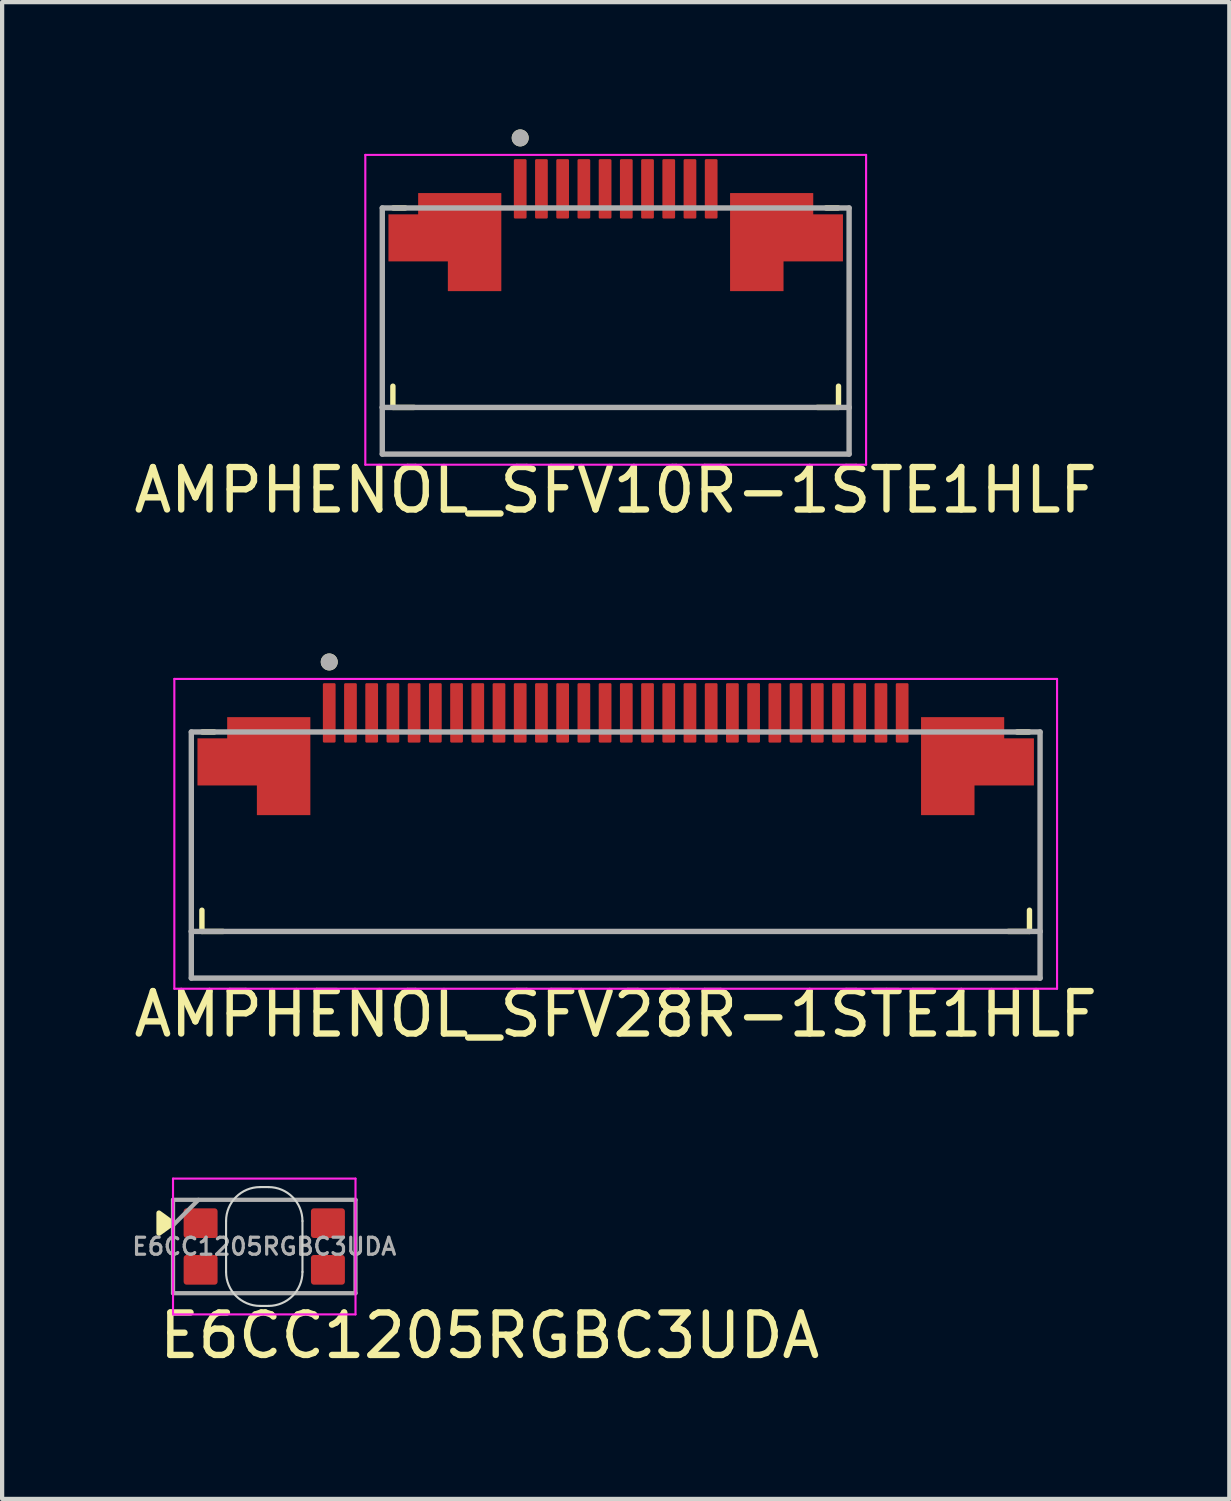
<source format=kicad_pcb>
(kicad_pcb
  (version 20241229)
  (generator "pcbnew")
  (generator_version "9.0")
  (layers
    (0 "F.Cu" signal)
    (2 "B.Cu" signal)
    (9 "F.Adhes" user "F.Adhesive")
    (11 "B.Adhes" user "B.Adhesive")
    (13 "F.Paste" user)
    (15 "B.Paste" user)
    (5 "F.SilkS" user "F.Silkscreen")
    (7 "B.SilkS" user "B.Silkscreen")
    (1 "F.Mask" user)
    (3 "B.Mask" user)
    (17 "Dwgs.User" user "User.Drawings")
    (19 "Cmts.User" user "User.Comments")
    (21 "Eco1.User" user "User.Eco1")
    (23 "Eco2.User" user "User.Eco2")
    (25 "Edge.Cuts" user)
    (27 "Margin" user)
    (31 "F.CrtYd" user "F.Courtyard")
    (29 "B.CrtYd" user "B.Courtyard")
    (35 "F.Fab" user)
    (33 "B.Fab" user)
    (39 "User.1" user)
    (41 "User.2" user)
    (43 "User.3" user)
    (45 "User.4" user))
  (footprint "AMPHENOL_SFV10R-1STE1HLF"
    (layer "F.Cu")
    (at 11.458 4.2)
    (property "Reference" "AMPHENOL_SFV10R-1STE1HLF" (at 0 4.3 0) (layer "F.SilkS") (effects (font (size 1 1) (thickness 0.15))))
    (attr smd)
    (fp_line (start -5.25 1.85) (end -5.25 2.35) (stroke (width 0.127) (type solid)) (layer "F.SilkS"))
    (fp_line (start -5.25 2.35) (end -4.75 2.35) (stroke (width 0.127) (type solid)) (layer "F.SilkS"))
    (fp_line (start -4.96 -2.35) (end -5.24 -2.35) (stroke (width 0.127) (type solid)) (layer "F.SilkS"))
    (fp_line (start 5.24 -2.35) (end 4.96 -2.35) (stroke (width 0.127) (type solid)) (layer "F.SilkS"))
    (fp_line (start 5.25 2.35) (end 4.75 2.35) (stroke (width 0.127) (type solid)) (layer "F.SilkS"))
    (fp_line (start 5.25 2.35) (end 5.25 1.85) (stroke (width 0.127) (type solid)) (layer "F.SilkS"))
    (fp_circle (center -2.25 -4) (end -2.15 -4) (stroke (width 0.2) (type solid)) (fill no) (layer "F.SilkS"))
    (fp_line (start -5.9 -3.6) (end -5.9 3.7) (stroke (width 0.05) (type solid)) (layer "F.CrtYd"))
    (fp_line (start -5.9 3.7) (end 5.9 3.7) (stroke (width 0.05) (type solid)) (layer "F.CrtYd"))
    (fp_line (start 5.9 -3.6) (end -5.9 -3.6) (stroke (width 0.05) (type solid)) (layer "F.CrtYd"))
    (fp_line (start 5.9 3.7) (end 5.9 -3.6) (stroke (width 0.05) (type solid)) (layer "F.CrtYd"))
    (fp_line (start -5.5 -2.35) (end -5.5 2.35) (stroke (width 0.127) (type solid)) (layer "F.Fab"))
    (fp_line (start -5.5 2.35) (end -5.5 3.45) (stroke (width 0.127) (type solid)) (layer "F.Fab"))
    (fp_line (start -5.5 2.35) (end 5.5 2.35) (stroke (width 0.127) (type solid)) (layer "F.Fab"))
    (fp_line (start -5.5 3.45) (end 5.5 3.45) (stroke (width 0.127) (type solid)) (layer "F.Fab"))
    (fp_line (start 5.5 -2.35) (end -5.5 -2.35) (stroke (width 0.127) (type solid)) (layer "F.Fab"))
    (fp_line (start 5.5 2.35) (end 5.5 -2.35) (stroke (width 0.127) (type solid)) (layer "F.Fab"))
    (fp_line (start 5.5 3.45) (end 5.5 2.35) (stroke (width 0.127) (type solid)) (layer "F.Fab"))
    (fp_circle (center -2.25 -4) (end -2.15 -4) (stroke (width 0.2) (type solid)) (fill no) (layer "F.Fab"))
    (pad "1" smd roundrect (at -2.25 -2.8) (size 0.3 1.4) (layers "F.Cu" "F.Mask" "F.Paste") (roundrect_rratio 0.1))
    (pad "2" smd roundrect (at -1.75 -2.8) (size 0.3 1.4) (layers "F.Cu" "F.Mask" "F.Paste") (roundrect_rratio 0.1))
    (pad "3" smd roundrect (at -1.25 -2.8) (size 0.3 1.4) (layers "F.Cu" "F.Mask" "F.Paste") (roundrect_rratio 0.1))
    (pad "4" smd roundrect (at -0.75 -2.8) (size 0.3 1.4) (layers "F.Cu" "F.Mask" "F.Paste") (roundrect_rratio 0.1))
    (pad "5" smd roundrect (at -0.25 -2.8) (size 0.3 1.4) (layers "F.Cu" "F.Mask" "F.Paste") (roundrect_rratio 0.1))
    (pad "6" smd roundrect (at 0.25 -2.8) (size 0.3 1.4) (layers "F.Cu" "F.Mask" "F.Paste") (roundrect_rratio 0.1))
    (pad "7" smd roundrect (at 0.75 -2.8) (size 0.3 1.4) (layers "F.Cu" "F.Mask" "F.Paste") (roundrect_rratio 0.1))
    (pad "8" smd roundrect (at 1.25 -2.8) (size 0.3 1.4) (layers "F.Cu" "F.Mask" "F.Paste") (roundrect_rratio 0.1))
    (pad "9" smd roundrect (at 1.75 -2.8) (size 0.3 1.4) (layers "F.Cu" "F.Mask" "F.Paste") (roundrect_rratio 0.1))
    (pad "10" smd roundrect (at 2.25 -2.8) (size 0.3 1.4) (layers "F.Cu" "F.Mask" "F.Paste") (roundrect_rratio 0.1))
    (pad "MP" smd custom (at -3.75 -1.895) (size 0.5 0.5) (layers "F.Cu" "F.Mask" "F.Paste") (options (anchor rect)) (primitives (gr_poly (pts (xy -1.6 -0.3) (xy -0.9 -0.3) (xy -0.9 -0.8) (xy 1.05 -0.8) (xy 1.05 1.5) (xy -0.2 1.5) (xy -0.2 0.8) (xy -1.6 0.8)) (width 0.01) (fill yes))))
    (pad "MP" smd custom (at 3.75 -1.895) (size 0.5 0.5) (layers "F.Cu" "F.Mask" "F.Paste") (options (anchor rect)) (primitives (gr_poly (pts (xy 1.6 -0.3) (xy 0.9 -0.3) (xy 0.9 -0.8) (xy -1.05 -0.8) (xy -1.05 1.5) (xy 0.2 1.5) (xy 0.2 0.8) (xy 1.6 0.8)) (width 0.01) (fill yes)))))
  (footprint "E6CC1205RGBC3UDA"
    (layer "F.Cu")
    (at 3.177 26.322)
    (property "Reference" "E6CC1205RGBC3UDA" (at -2.55 2.1 0) (layer "F.SilkS") (effects (font (size 1 1) (thickness 0.15)) (justify left)))
    (attr smd)
    (fp_poly (pts (xy -2.152 -0.55) (xy -2.482 -0.31) (xy -2.482 -0.79) (xy -2.152 -0.55)) (stroke (width 0.12) (type solid)) (fill yes) (layer "F.SilkS"))
    (fp_line (start -0.9 -0.6) (end -0.9 0.6) (stroke (width 0.05) (type default)) (layer "Edge.Cuts"))
    (fp_line (start 0.1 -1.4) (end -0.1 -1.4) (stroke (width 0.05) (type default)) (layer "Edge.Cuts"))
    (fp_line (start 0.1 1.4) (end -0.1 1.4) (stroke (width 0.05) (type default)) (layer "Edge.Cuts"))
    (fp_line (start 0.9 -0.6) (end 0.9 0.6) (stroke (width 0.05) (type default)) (layer "Edge.Cuts"))
    (fp_arc (start -0.9 -0.6) (mid -0.665685 -1.165685) (end -0.1 -1.4) (stroke (width 0.05) (type default)) (layer "Edge.Cuts"))
    (fp_arc (start -0.1 1.4) (mid -0.665685 1.165685) (end -0.9 0.6) (stroke (width 0.05) (type default)) (layer "Edge.Cuts"))
    (fp_arc (start 0.1 -1.4) (mid 0.665685 -1.165685) (end 0.9 -0.6) (stroke (width 0.05) (type default)) (layer "Edge.Cuts"))
    (fp_arc (start 0.9 0.6) (mid 0.665685 1.165685) (end 0.1 1.4) (stroke (width 0.05) (type default)) (layer "Edge.Cuts"))
    (fp_line (start -2.15 -1.6) (end 2.15 -1.6) (stroke (width 0.05) (type solid)) (layer "F.CrtYd"))
    (fp_line (start -2.15 1.6) (end -2.15 -1.6) (stroke (width 0.05) (type solid)) (layer "F.CrtYd"))
    (fp_line (start 2.15 -1.6) (end 2.15 1.6) (stroke (width 0.05) (type solid)) (layer "F.CrtYd"))
    (fp_line (start 2.15 1.6) (end -2.15 1.6) (stroke (width 0.05) (type solid)) (layer "F.CrtYd"))
    (fp_line (start -2.15 -1.1) (end 2.15 -1.1) (stroke (width 0.1) (type default)) (layer "F.Fab"))
    (fp_line (start -2.15 -0.5) (end -1.55 -1.1) (stroke (width 0.1) (type default)) (layer "F.Fab"))
    (fp_line (start -2.15 1.1) (end -2.15 -1.1) (stroke (width 0.1) (type default)) (layer "F.Fab"))
    (fp_line (start 2.15 -1.1) (end 2.15 1.1) (stroke (width 0.1) (type default)) (layer "F.Fab"))
    (fp_line (start 2.15 1.1) (end -2.15 1.1) (stroke (width 0.1) (type default)) (layer "F.Fab"))
    (fp_text user "${REFERENCE}" (at 0 0 0) (layer "F.Fab") (effects (font (size 0.4 0.4) (thickness 0.075) (bold yes))))
    (pad "1" smd roundrect (at 1.5 -0.55 270) (size 0.7 0.8) (layers "F.Cu" "F.Mask" "F.Paste") (roundrect_rratio 0.1))
    (pad "2" smd roundrect (at -1.5 -0.55 270) (size 0.7 0.8) (layers "F.Cu" "F.Mask" "F.Paste") (roundrect_rratio 0.1))
    (pad "3" smd roundrect (at 1.5 0.55 270) (size 0.7 0.8) (layers "F.Cu" "F.Mask" "F.Paste") (roundrect_rratio 0.1))
    (pad "4" smd roundrect (at -1.5 0.55 270) (size 0.7 0.8) (layers "F.Cu" "F.Mask" "F.Paste") (roundrect_rratio 0.1)))
  (footprint "AMPHENOL_SFV28R-1STE1HLF"
    (layer "F.Cu")
    (at 11.458 16.548)
    (property "Reference" "AMPHENOL_SFV28R-1STE1HLF" (at 0 4.3 0) (layer "F.SilkS") (effects (font (size 1 1) (thickness 0.15))))
    (attr smd)
    (fp_line (start -9.75 1.85) (end -9.75 2.35) (stroke (width 0.127) (type solid)) (layer "F.SilkS"))
    (fp_line (start -9.75 2.35) (end -9.25 2.35) (stroke (width 0.127) (type solid)) (layer "F.SilkS"))
    (fp_line (start -9.46 -2.35) (end -9.74 -2.35) (stroke (width 0.127) (type solid)) (layer "F.SilkS"))
    (fp_line (start 9.74 -2.35) (end 9.46 -2.35) (stroke (width 0.127) (type solid)) (layer "F.SilkS"))
    (fp_line (start 9.75 2.35) (end 9.25 2.35) (stroke (width 0.127) (type solid)) (layer "F.SilkS"))
    (fp_line (start 9.75 2.35) (end 9.75 1.85) (stroke (width 0.127) (type solid)) (layer "F.SilkS"))
    (fp_circle (center -6.75 -4) (end -6.65 -4) (stroke (width 0.2) (type solid)) (fill no) (layer "F.SilkS"))
    (fp_line (start -10.4 -3.6) (end -10.4 3.7) (stroke (width 0.05) (type solid)) (layer "F.CrtYd"))
    (fp_line (start -10.4 3.7) (end 10.4 3.7) (stroke (width 0.05) (type solid)) (layer "F.CrtYd"))
    (fp_line (start 10.4 -3.6) (end -10.4 -3.6) (stroke (width 0.05) (type solid)) (layer "F.CrtYd"))
    (fp_line (start 10.4 3.7) (end 10.4 -3.6) (stroke (width 0.05) (type solid)) (layer "F.CrtYd"))
    (fp_line (start -10 -2.35) (end -10 2.35) (stroke (width 0.127) (type solid)) (layer "F.Fab"))
    (fp_line (start -10 2.35) (end -10 3.45) (stroke (width 0.127) (type solid)) (layer "F.Fab"))
    (fp_line (start -10 2.35) (end 10 2.35) (stroke (width 0.127) (type solid)) (layer "F.Fab"))
    (fp_line (start -10 3.45) (end 10 3.45) (stroke (width 0.127) (type solid)) (layer "F.Fab"))
    (fp_line (start 10 -2.35) (end -10 -2.35) (stroke (width 0.127) (type solid)) (layer "F.Fab"))
    (fp_line (start 10 2.35) (end 10 -2.35) (stroke (width 0.127) (type solid)) (layer "F.Fab"))
    (fp_line (start 10 3.45) (end 10 2.35) (stroke (width 0.127) (type solid)) (layer "F.Fab"))
    (fp_circle (center -6.75 -4) (end -6.65 -4) (stroke (width 0.2) (type solid)) (fill no) (layer "F.Fab"))
    (pad "1" smd roundrect (at -6.75 -2.8) (size 0.3 1.4) (layers "F.Cu" "F.Mask" "F.Paste") (roundrect_rratio 0.1))
    (pad "2" smd roundrect (at -6.25 -2.8) (size 0.3 1.4) (layers "F.Cu" "F.Mask" "F.Paste") (roundrect_rratio 0.1))
    (pad "3" smd roundrect (at -5.75 -2.8) (size 0.3 1.4) (layers "F.Cu" "F.Mask" "F.Paste") (roundrect_rratio 0.1))
    (pad "4" smd roundrect (at -5.25 -2.8) (size 0.3 1.4) (layers "F.Cu" "F.Mask" "F.Paste") (roundrect_rratio 0.1))
    (pad "5" smd roundrect (at -4.75 -2.8) (size 0.3 1.4) (layers "F.Cu" "F.Mask" "F.Paste") (roundrect_rratio 0.1))
    (pad "6" smd roundrect (at -4.25 -2.8) (size 0.3 1.4) (layers "F.Cu" "F.Mask" "F.Paste") (roundrect_rratio 0.1))
    (pad "7" smd roundrect (at -3.75 -2.8) (size 0.3 1.4) (layers "F.Cu" "F.Mask" "F.Paste") (roundrect_rratio 0.1))
    (pad "8" smd roundrect (at -3.25 -2.8) (size 0.3 1.4) (layers "F.Cu" "F.Mask" "F.Paste") (roundrect_rratio 0.1))
    (pad "9" smd roundrect (at -2.75 -2.8) (size 0.3 1.4) (layers "F.Cu" "F.Mask" "F.Paste") (roundrect_rratio 0.1))
    (pad "10" smd roundrect (at -2.25 -2.8) (size 0.3 1.4) (layers "F.Cu" "F.Mask" "F.Paste") (roundrect_rratio 0.1))
    (pad "11" smd roundrect (at -1.75 -2.8) (size 0.3 1.4) (layers "F.Cu" "F.Mask" "F.Paste") (roundrect_rratio 0.1))
    (pad "12" smd roundrect (at -1.25 -2.8) (size 0.3 1.4) (layers "F.Cu" "F.Mask" "F.Paste") (roundrect_rratio 0.1))
    (pad "13" smd roundrect (at -0.75 -2.8) (size 0.3 1.4) (layers "F.Cu" "F.Mask" "F.Paste") (roundrect_rratio 0.1))
    (pad "14" smd roundrect (at -0.25 -2.8) (size 0.3 1.4) (layers "F.Cu" "F.Mask" "F.Paste") (roundrect_rratio 0.1))
    (pad "15" smd roundrect (at 0.25 -2.8) (size 0.3 1.4) (layers "F.Cu" "F.Mask" "F.Paste") (roundrect_rratio 0.1))
    (pad "16" smd roundrect (at 0.75 -2.8) (size 0.3 1.4) (layers "F.Cu" "F.Mask" "F.Paste") (roundrect_rratio 0.1))
    (pad "17" smd roundrect (at 1.25 -2.8) (size 0.3 1.4) (layers "F.Cu" "F.Mask" "F.Paste") (roundrect_rratio 0.1))
    (pad "18" smd roundrect (at 1.75 -2.8) (size 0.3 1.4) (layers "F.Cu" "F.Mask" "F.Paste") (roundrect_rratio 0.1))
    (pad "19" smd roundrect (at 2.25 -2.8) (size 0.3 1.4) (layers "F.Cu" "F.Mask" "F.Paste") (roundrect_rratio 0.1))
    (pad "20" smd roundrect (at 2.75 -2.8) (size 0.3 1.4) (layers "F.Cu" "F.Mask" "F.Paste") (roundrect_rratio 0.1))
    (pad "21" smd roundrect (at 3.25 -2.8) (size 0.3 1.4) (layers "F.Cu" "F.Mask" "F.Paste") (roundrect_rratio 0.1))
    (pad "22" smd roundrect (at 3.75 -2.8) (size 0.3 1.4) (layers "F.Cu" "F.Mask" "F.Paste") (roundrect_rratio 0.1))
    (pad "23" smd roundrect (at 4.25 -2.8) (size 0.3 1.4) (layers "F.Cu" "F.Mask" "F.Paste") (roundrect_rratio 0.1))
    (pad "24" smd roundrect (at 4.75 -2.8) (size 0.3 1.4) (layers "F.Cu" "F.Mask" "F.Paste") (roundrect_rratio 0.1))
    (pad "25" smd roundrect (at 5.25 -2.8) (size 0.3 1.4) (layers "F.Cu" "F.Mask" "F.Paste") (roundrect_rratio 0.1))
    (pad "26" smd roundrect (at 5.75 -2.8) (size 0.3 1.4) (layers "F.Cu" "F.Mask" "F.Paste") (roundrect_rratio 0.1))
    (pad "27" smd roundrect (at 6.25 -2.8) (size 0.3 1.4) (layers "F.Cu" "F.Mask" "F.Paste") (roundrect_rratio 0.1))
    (pad "28" smd roundrect (at 6.75 -2.8) (size 0.3 1.4) (layers "F.Cu" "F.Mask" "F.Paste") (roundrect_rratio 0.1))
    (pad "MP" smd custom (at -8.25 -1.895) (size 0.5 0.5) (layers "F.Cu" "F.Mask" "F.Paste") (options (anchor rect)) (primitives (gr_poly (pts (xy -1.6 -0.3) (xy -0.9 -0.3) (xy -0.9 -0.8) (xy 1.05 -0.8) (xy 1.05 1.5) (xy -0.2 1.5) (xy -0.2 0.8) (xy -1.6 0.8)) (width 0.01) (fill yes))))
    (pad "MP" smd custom (at 8.25 -1.895) (size 0.5 0.5) (layers "F.Cu" "F.Mask" "F.Paste") (options (anchor rect)) (primitives (gr_poly (pts (xy 1.6 -0.3) (xy 0.9 -0.3) (xy 0.9 -0.8) (xy -1.05 -0.8) (xy -1.05 1.5) (xy 0.2 1.5) (xy 0.2 0.8) (xy 1.6 0.8)) (width 0.01) (fill yes)))))
  (gr_rect
    (start -3 -3)
    (end 25.917 32.27)
    (stroke (width 0.1) (type default))
    (fill no)
    (layer "Edge.Cuts")))
</source>
